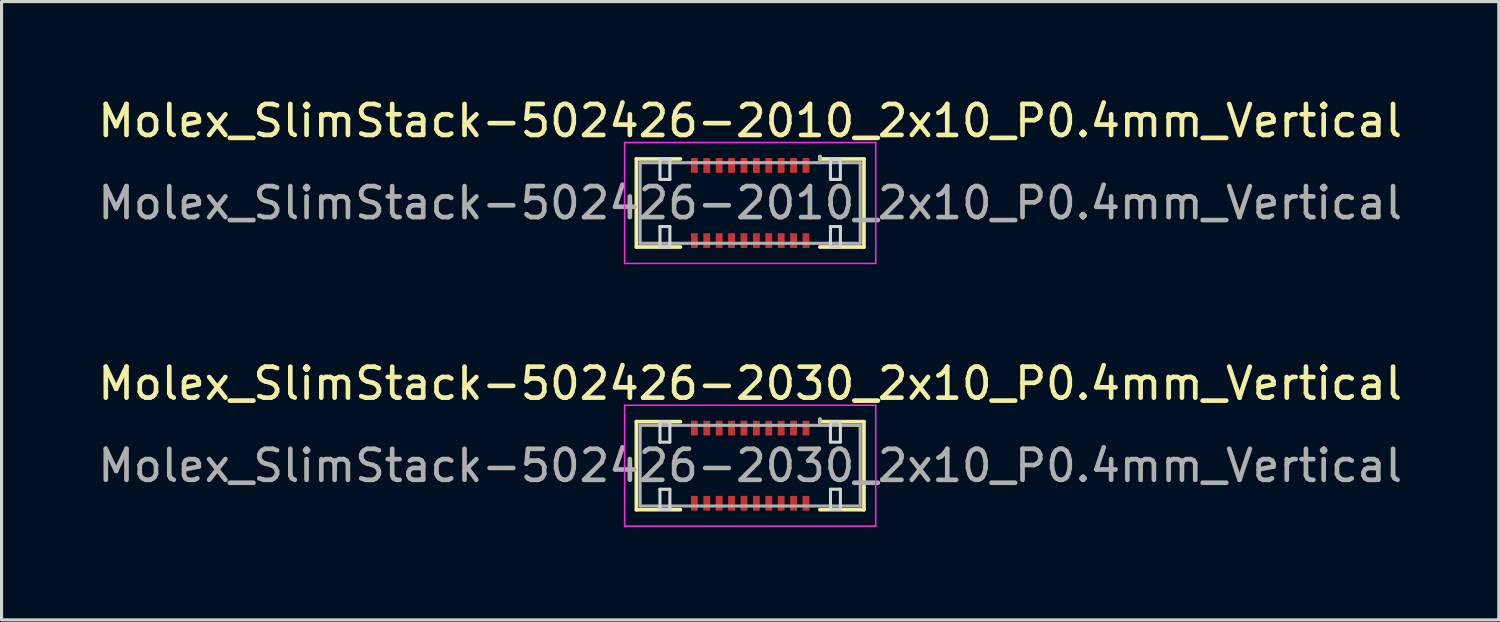
<source format=kicad_pcb>
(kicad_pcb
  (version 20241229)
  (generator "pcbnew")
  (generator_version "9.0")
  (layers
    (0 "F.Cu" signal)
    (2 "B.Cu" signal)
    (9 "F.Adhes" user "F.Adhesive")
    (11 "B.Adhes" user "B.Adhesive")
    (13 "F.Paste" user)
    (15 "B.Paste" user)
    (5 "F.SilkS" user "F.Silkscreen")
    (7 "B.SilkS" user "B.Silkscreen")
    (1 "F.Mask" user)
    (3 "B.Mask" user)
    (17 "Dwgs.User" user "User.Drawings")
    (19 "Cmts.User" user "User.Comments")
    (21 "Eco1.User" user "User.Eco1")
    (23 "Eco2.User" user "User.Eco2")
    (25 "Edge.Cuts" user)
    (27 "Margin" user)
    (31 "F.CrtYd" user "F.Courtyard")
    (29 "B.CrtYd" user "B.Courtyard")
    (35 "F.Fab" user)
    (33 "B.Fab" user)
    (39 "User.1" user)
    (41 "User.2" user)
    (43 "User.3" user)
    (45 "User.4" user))
  (footprint "Molex_SlimStack-502426-2010_2x10_P0.4mm_Vertical"
    (layer "F.Cu")
    (at 21.149 3.498)
    (property "Reference" "Molex_SlimStack-502426-2010_2x10_P0.4mm_Vertical" (at 0 -2.65 0) (layer "F.SilkS") (effects (font (size 1 1) (thickness 0.15))))
    (attr smd)
    (fp_line (start -3.67 -1.42) (end -2.25 -1.42) (stroke (width 0.12) (type solid)) (layer "F.SilkS"))
    (fp_line (start -3.67 1.42) (end -3.67 -1.42) (stroke (width 0.12) (type solid)) (layer "F.SilkS"))
    (fp_line (start -2.25 1.42) (end -3.67 1.42) (stroke (width 0.12) (type solid)) (layer "F.SilkS"))
    (fp_line (start 2.25 -1.42) (end 2.25 -1.5) (stroke (width 0.12) (type solid)) (layer "F.SilkS"))
    (fp_line (start 2.25 1.42) (end 3.67 1.42) (stroke (width 0.12) (type solid)) (layer "F.SilkS"))
    (fp_line (start 3.67 -1.42) (end 2.25 -1.42) (stroke (width 0.12) (type solid)) (layer "F.SilkS"))
    (fp_line (start 3.67 1.42) (end 3.67 -1.42) (stroke (width 0.12) (type solid)) (layer "F.SilkS"))
    (fp_line (start -2.91 -1.41) (end -2.91 -0.76) (stroke (width 0.1) (type solid)) (layer "Edge.Cuts"))
    (fp_line (start -2.91 -0.76) (end -2.59 -0.76) (stroke (width 0.1) (type solid)) (layer "Edge.Cuts"))
    (fp_line (start -2.91 0.76) (end -2.91 1.41) (stroke (width 0.1) (type solid)) (layer "Edge.Cuts"))
    (fp_line (start -2.91 1.41) (end -2.59 1.41) (stroke (width 0.1) (type solid)) (layer "Edge.Cuts"))
    (fp_line (start -2.59 -1.41) (end -2.91 -1.41) (stroke (width 0.1) (type solid)) (layer "Edge.Cuts"))
    (fp_line (start -2.59 -0.76) (end -2.59 -1.41) (stroke (width 0.1) (type solid)) (layer "Edge.Cuts"))
    (fp_line (start -2.59 0.76) (end -2.91 0.76) (stroke (width 0.1) (type solid)) (layer "Edge.Cuts"))
    (fp_line (start -2.59 1.41) (end -2.59 0.76) (stroke (width 0.1) (type solid)) (layer "Edge.Cuts"))
    (fp_line (start 2.59 -1.41) (end 2.59 -0.76) (stroke (width 0.1) (type solid)) (layer "Edge.Cuts"))
    (fp_line (start 2.59 -0.76) (end 2.91 -0.76) (stroke (width 0.1) (type solid)) (layer "Edge.Cuts"))
    (fp_line (start 2.59 0.76) (end 2.59 1.41) (stroke (width 0.1) (type solid)) (layer "Edge.Cuts"))
    (fp_line (start 2.59 1.41) (end 2.91 1.41) (stroke (width 0.1) (type solid)) (layer "Edge.Cuts"))
    (fp_line (start 2.91 -1.41) (end 2.59 -1.41) (stroke (width 0.1) (type solid)) (layer "Edge.Cuts"))
    (fp_line (start 2.91 -0.76) (end 2.91 -1.41) (stroke (width 0.1) (type solid)) (layer "Edge.Cuts"))
    (fp_line (start 2.91 0.76) (end 2.59 0.76) (stroke (width 0.1) (type solid)) (layer "Edge.Cuts"))
    (fp_line (start 2.91 1.41) (end 2.91 0.76) (stroke (width 0.1) (type solid)) (layer "Edge.Cuts"))
    (fp_line (start -4.05 -1.95) (end -4.05 1.95) (stroke (width 0.05) (type solid)) (layer "F.CrtYd"))
    (fp_line (start -4.05 1.95) (end 4.05 1.95) (stroke (width 0.05) (type solid)) (layer "F.CrtYd"))
    (fp_line (start 4.05 -1.95) (end -4.05 -1.95) (stroke (width 0.05) (type solid)) (layer "F.CrtYd"))
    (fp_line (start 4.05 1.95) (end 4.05 -1.95) (stroke (width 0.05) (type solid)) (layer "F.CrtYd"))
    (fp_line (start -3.55 -1.3) (end -3.55 1.3) (stroke (width 0.1) (type solid)) (layer "F.Fab"))
    (fp_line (start -3.55 1.3) (end 3.55 1.3) (stroke (width 0.1) (type solid)) (layer "F.Fab"))
    (fp_line (start 2.25 -1.3) (end 2.25 -1.5) (stroke (width 0.1) (type solid)) (layer "F.Fab"))
    (fp_line (start 3.55 -1.3) (end -3.55 -1.3) (stroke (width 0.1) (type solid)) (layer "F.Fab"))
    (fp_line (start 3.55 1.3) (end 3.55 -1.3) (stroke (width 0.1) (type solid)) (layer "F.Fab"))
    (fp_text user "${REFERENCE}" (at 0 0 0) (layer "F.Fab") (effects (font (size 1 1) (thickness 0.15))))
    (pad "1" smd rect (at 1.8 -1.212) (size 0.22 0.475) (layers "F.Cu" "F.Mask" "F.Paste"))
    (pad "2" smd rect (at 1.8 1.212) (size 0.22 0.475) (layers "F.Cu" "F.Mask" "F.Paste"))
    (pad "3" smd rect (at 1.4 -1.212) (size 0.22 0.475) (layers "F.Cu" "F.Mask" "F.Paste"))
    (pad "4" smd rect (at 1.4 1.212) (size 0.22 0.475) (layers "F.Cu" "F.Mask" "F.Paste"))
    (pad "5" smd rect (at 1 -1.212) (size 0.22 0.475) (layers "F.Cu" "F.Mask" "F.Paste"))
    (pad "6" smd rect (at 1 1.212) (size 0.22 0.475) (layers "F.Cu" "F.Mask" "F.Paste"))
    (pad "7" smd rect (at 0.6 -1.212) (size 0.22 0.475) (layers "F.Cu" "F.Mask" "F.Paste"))
    (pad "8" smd rect (at 0.6 1.212) (size 0.22 0.475) (layers "F.Cu" "F.Mask" "F.Paste"))
    (pad "9" smd rect (at 0.2 -1.212) (size 0.22 0.475) (layers "F.Cu" "F.Mask" "F.Paste"))
    (pad "10" smd rect (at 0.2 1.212) (size 0.22 0.475) (layers "F.Cu" "F.Mask" "F.Paste"))
    (pad "11" smd rect (at -0.2 -1.212) (size 0.22 0.475) (layers "F.Cu" "F.Mask" "F.Paste"))
    (pad "12" smd rect (at -0.2 1.212) (size 0.22 0.475) (layers "F.Cu" "F.Mask" "F.Paste"))
    (pad "13" smd rect (at -0.6 -1.212) (size 0.22 0.475) (layers "F.Cu" "F.Mask" "F.Paste"))
    (pad "14" smd rect (at -0.6 1.212) (size 0.22 0.475) (layers "F.Cu" "F.Mask" "F.Paste"))
    (pad "15" smd rect (at -1 -1.212) (size 0.22 0.475) (layers "F.Cu" "F.Mask" "F.Paste"))
    (pad "16" smd rect (at -1 1.212) (size 0.22 0.475) (layers "F.Cu" "F.Mask" "F.Paste"))
    (pad "17" smd rect (at -1.4 -1.212) (size 0.22 0.475) (layers "F.Cu" "F.Mask" "F.Paste"))
    (pad "18" smd rect (at -1.4 1.212) (size 0.22 0.475) (layers "F.Cu" "F.Mask" "F.Paste"))
    (pad "19" smd rect (at -1.8 -1.212) (size 0.22 0.475) (layers "F.Cu" "F.Mask" "F.Paste"))
    (pad "20" smd rect (at -1.8 1.212) (size 0.22 0.475) (layers "F.Cu" "F.Mask" "F.Paste")))
  (footprint "Molex_SlimStack-502426-2030_2x10_P0.4mm_Vertical"
    (layer "F.Cu")
    (at 21.149 11.972)
    (property "Reference" "Molex_SlimStack-502426-2030_2x10_P0.4mm_Vertical" (at 0 -2.65 0) (layer "F.SilkS") (effects (font (size 1 1) (thickness 0.15))))
    (attr smd)
    (fp_line (start -3.67 -1.42) (end -2.25 -1.42) (stroke (width 0.12) (type solid)) (layer "F.SilkS"))
    (fp_line (start -3.67 1.42) (end -3.67 -1.42) (stroke (width 0.12) (type solid)) (layer "F.SilkS"))
    (fp_line (start -2.25 1.42) (end -3.67 1.42) (stroke (width 0.12) (type solid)) (layer "F.SilkS"))
    (fp_line (start 2.25 -1.42) (end 2.25 -1.5) (stroke (width 0.12) (type solid)) (layer "F.SilkS"))
    (fp_line (start 2.25 1.42) (end 3.67 1.42) (stroke (width 0.12) (type solid)) (layer "F.SilkS"))
    (fp_line (start 3.67 -1.42) (end 2.25 -1.42) (stroke (width 0.12) (type solid)) (layer "F.SilkS"))
    (fp_line (start 3.67 1.42) (end 3.67 -1.42) (stroke (width 0.12) (type solid)) (layer "F.SilkS"))
    (fp_line (start -2.91 -1.41) (end -2.91 -0.76) (stroke (width 0.1) (type solid)) (layer "Edge.Cuts"))
    (fp_line (start -2.91 -0.76) (end -2.59 -0.76) (stroke (width 0.1) (type solid)) (layer "Edge.Cuts"))
    (fp_line (start -2.91 0.76) (end -2.91 1.41) (stroke (width 0.1) (type solid)) (layer "Edge.Cuts"))
    (fp_line (start -2.91 1.41) (end -2.59 1.41) (stroke (width 0.1) (type solid)) (layer "Edge.Cuts"))
    (fp_line (start -2.59 -1.41) (end -2.91 -1.41) (stroke (width 0.1) (type solid)) (layer "Edge.Cuts"))
    (fp_line (start -2.59 -0.76) (end -2.59 -1.41) (stroke (width 0.1) (type solid)) (layer "Edge.Cuts"))
    (fp_line (start -2.59 0.76) (end -2.91 0.76) (stroke (width 0.1) (type solid)) (layer "Edge.Cuts"))
    (fp_line (start -2.59 1.41) (end -2.59 0.76) (stroke (width 0.1) (type solid)) (layer "Edge.Cuts"))
    (fp_line (start 2.59 -1.41) (end 2.59 -0.76) (stroke (width 0.1) (type solid)) (layer "Edge.Cuts"))
    (fp_line (start 2.59 -0.76) (end 2.91 -0.76) (stroke (width 0.1) (type solid)) (layer "Edge.Cuts"))
    (fp_line (start 2.59 0.76) (end 2.59 1.41) (stroke (width 0.1) (type solid)) (layer "Edge.Cuts"))
    (fp_line (start 2.59 1.41) (end 2.91 1.41) (stroke (width 0.1) (type solid)) (layer "Edge.Cuts"))
    (fp_line (start 2.91 -1.41) (end 2.59 -1.41) (stroke (width 0.1) (type solid)) (layer "Edge.Cuts"))
    (fp_line (start 2.91 -0.76) (end 2.91 -1.41) (stroke (width 0.1) (type solid)) (layer "Edge.Cuts"))
    (fp_line (start 2.91 0.76) (end 2.59 0.76) (stroke (width 0.1) (type solid)) (layer "Edge.Cuts"))
    (fp_line (start 2.91 1.41) (end 2.91 0.76) (stroke (width 0.1) (type solid)) (layer "Edge.Cuts"))
    (fp_line (start -4.05 -1.95) (end -4.05 1.95) (stroke (width 0.05) (type solid)) (layer "F.CrtYd"))
    (fp_line (start -4.05 1.95) (end 4.05 1.95) (stroke (width 0.05) (type solid)) (layer "F.CrtYd"))
    (fp_line (start 4.05 -1.95) (end -4.05 -1.95) (stroke (width 0.05) (type solid)) (layer "F.CrtYd"))
    (fp_line (start 4.05 1.95) (end 4.05 -1.95) (stroke (width 0.05) (type solid)) (layer "F.CrtYd"))
    (fp_line (start -3.55 -1.3) (end -3.55 1.3) (stroke (width 0.1) (type solid)) (layer "F.Fab"))
    (fp_line (start -3.55 1.3) (end 3.55 1.3) (stroke (width 0.1) (type solid)) (layer "F.Fab"))
    (fp_line (start 2.25 -1.3) (end 2.25 -1.5) (stroke (width 0.1) (type solid)) (layer "F.Fab"))
    (fp_line (start 3.55 -1.3) (end -3.55 -1.3) (stroke (width 0.1) (type solid)) (layer "F.Fab"))
    (fp_line (start 3.55 1.3) (end 3.55 -1.3) (stroke (width 0.1) (type solid)) (layer "F.Fab"))
    (fp_text user "${REFERENCE}" (at 0 0 0) (layer "F.Fab") (effects (font (size 1 1) (thickness 0.15))))
    (pad "1" smd rect (at 1.8 -1.212) (size 0.22 0.475) (layers "F.Cu" "F.Mask" "F.Paste"))
    (pad "2" smd rect (at 1.8 1.212) (size 0.22 0.475) (layers "F.Cu" "F.Mask" "F.Paste"))
    (pad "3" smd rect (at 1.4 -1.212) (size 0.22 0.475) (layers "F.Cu" "F.Mask" "F.Paste"))
    (pad "4" smd rect (at 1.4 1.212) (size 0.22 0.475) (layers "F.Cu" "F.Mask" "F.Paste"))
    (pad "5" smd rect (at 1 -1.212) (size 0.22 0.475) (layers "F.Cu" "F.Mask" "F.Paste"))
    (pad "6" smd rect (at 1 1.212) (size 0.22 0.475) (layers "F.Cu" "F.Mask" "F.Paste"))
    (pad "7" smd rect (at 0.6 -1.212) (size 0.22 0.475) (layers "F.Cu" "F.Mask" "F.Paste"))
    (pad "8" smd rect (at 0.6 1.212) (size 0.22 0.475) (layers "F.Cu" "F.Mask" "F.Paste"))
    (pad "9" smd rect (at 0.2 -1.212) (size 0.22 0.475) (layers "F.Cu" "F.Mask" "F.Paste"))
    (pad "10" smd rect (at 0.2 1.212) (size 0.22 0.475) (layers "F.Cu" "F.Mask" "F.Paste"))
    (pad "11" smd rect (at -0.2 -1.212) (size 0.22 0.475) (layers "F.Cu" "F.Mask" "F.Paste"))
    (pad "12" smd rect (at -0.2 1.212) (size 0.22 0.475) (layers "F.Cu" "F.Mask" "F.Paste"))
    (pad "13" smd rect (at -0.6 -1.212) (size 0.22 0.475) (layers "F.Cu" "F.Mask" "F.Paste"))
    (pad "14" smd rect (at -0.6 1.212) (size 0.22 0.475) (layers "F.Cu" "F.Mask" "F.Paste"))
    (pad "15" smd rect (at -1 -1.212) (size 0.22 0.475) (layers "F.Cu" "F.Mask" "F.Paste"))
    (pad "16" smd rect (at -1 1.212) (size 0.22 0.475) (layers "F.Cu" "F.Mask" "F.Paste"))
    (pad "17" smd rect (at -1.4 -1.212) (size 0.22 0.475) (layers "F.Cu" "F.Mask" "F.Paste"))
    (pad "18" smd rect (at -1.4 1.212) (size 0.22 0.475) (layers "F.Cu" "F.Mask" "F.Paste"))
    (pad "19" smd rect (at -1.8 -1.212) (size 0.22 0.475) (layers "F.Cu" "F.Mask" "F.Paste"))
    (pad "20" smd rect (at -1.8 1.212) (size 0.22 0.475) (layers "F.Cu" "F.Mask" "F.Paste")))
  (gr_rect
    (start -3 -3)
    (end 45.298 16.947)
    (stroke (width 0.1) (type default))
    (fill no)
    (layer "Edge.Cuts")))
</source>
